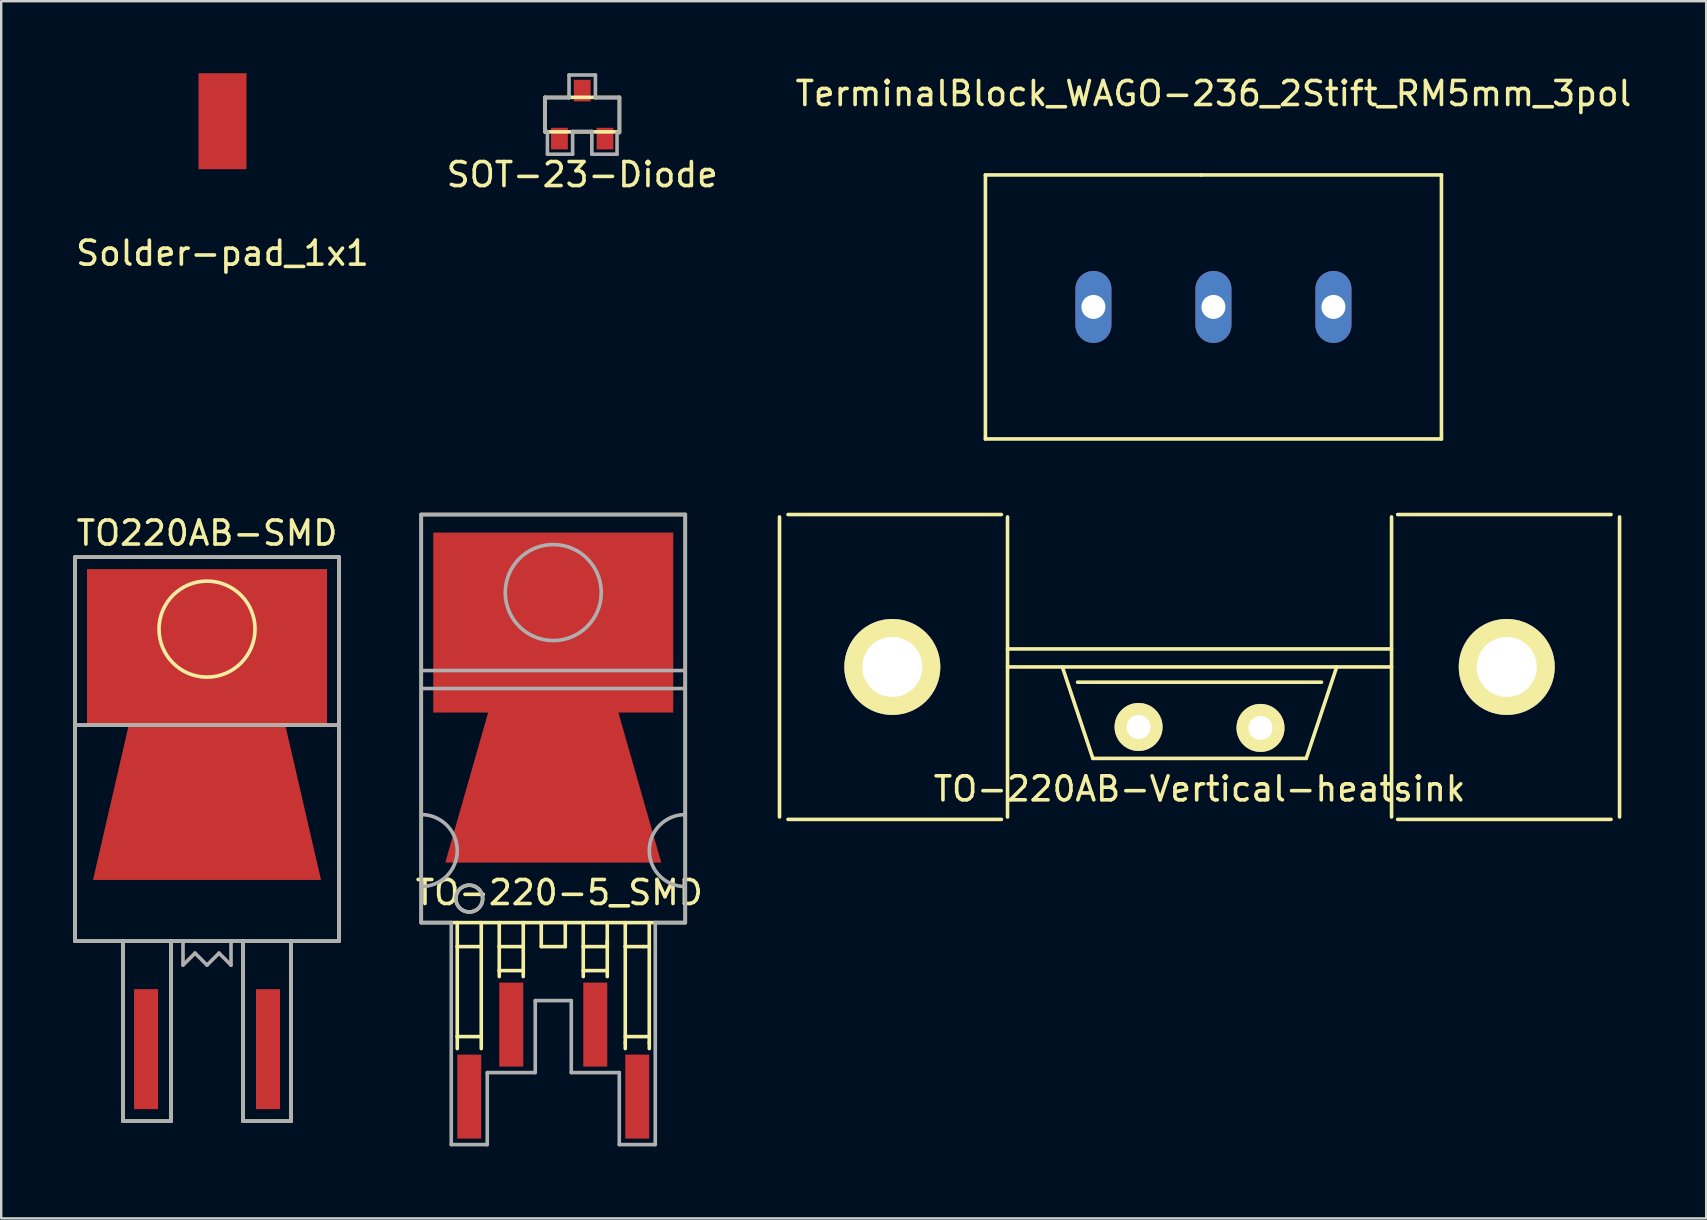
<source format=kicad_pcb>
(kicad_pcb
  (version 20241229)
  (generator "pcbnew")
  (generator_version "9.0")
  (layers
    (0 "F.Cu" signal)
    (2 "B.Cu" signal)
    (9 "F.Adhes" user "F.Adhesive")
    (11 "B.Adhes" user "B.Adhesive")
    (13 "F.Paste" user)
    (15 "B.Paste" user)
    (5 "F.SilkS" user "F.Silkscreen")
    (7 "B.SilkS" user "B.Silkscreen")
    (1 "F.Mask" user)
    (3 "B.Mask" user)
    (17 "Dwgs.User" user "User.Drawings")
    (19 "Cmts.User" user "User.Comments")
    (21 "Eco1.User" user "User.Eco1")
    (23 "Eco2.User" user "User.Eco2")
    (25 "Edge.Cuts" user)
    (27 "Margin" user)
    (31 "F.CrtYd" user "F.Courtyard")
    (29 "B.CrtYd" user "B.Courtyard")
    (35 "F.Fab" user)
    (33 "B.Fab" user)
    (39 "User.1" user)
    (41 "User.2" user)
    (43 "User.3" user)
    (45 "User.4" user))
  (footprint "SOT-23-Diode"
    (placed yes)
    (layer "F.Cu")
    (at 21.208 1.725)
    (property "Reference" "SOT-23-Diode" (at 0 2.5 0) (layer "F.SilkS") (effects (font (size 1 1) (thickness 0.15))))
    (attr through_hole)
    (fp_line (start -1.55 -0.72) (end -1.55 0.72) (stroke (width 0.15) (type solid)) (layer "F.SilkS"))
    (fp_line (start -1.55 -0.72) (end 1.55 -0.72) (stroke (width 0.15) (type solid)) (layer "F.SilkS"))
    (fp_line (start -1.55 0.72) (end 1.55 0.72) (stroke (width 0.15) (type solid)) (layer "F.SilkS"))
    (fp_line (start 1.55 -0.72) (end 1.55 0.72) (stroke (width 0.15) (type solid)) (layer "F.SilkS"))
    (fp_line (start -1.55 -0.7) (end -0.55 -0.7) (stroke (width 0.15) (type solid)) (layer "F.Fab"))
    (fp_line (start -1.55 0.7) (end -1.55 -0.7) (stroke (width 0.15) (type solid)) (layer "F.Fab"))
    (fp_line (start -1.5 0.7) (end -1.55 0.7) (stroke (width 0.15) (type solid)) (layer "F.Fab"))
    (fp_line (start -1.45 0.7) (end -1.45 1.65) (stroke (width 0.15) (type solid)) (layer "F.Fab"))
    (fp_line (start -1.45 1.65) (end -0.4 1.65) (stroke (width 0.15) (type solid)) (layer "F.Fab"))
    (fp_line (start -0.55 -1.65) (end 0.55 -1.65) (stroke (width 0.15) (type solid)) (layer "F.Fab"))
    (fp_line (start -0.55 -0.7) (end -0.55 -1.65) (stroke (width 0.15) (type solid)) (layer "F.Fab"))
    (fp_line (start -0.4 0.7) (end -0.4 1.65) (stroke (width 0.15) (type solid)) (layer "F.Fab"))
    (fp_line (start 0.4 0.7) (end -0.4 0.7) (stroke (width 0.15) (type solid)) (layer "F.Fab"))
    (fp_line (start 0.4 1.65) (end 0.4 0.7) (stroke (width 0.15) (type solid)) (layer "F.Fab"))
    (fp_line (start 0.55 -1.65) (end 0.55 -0.7) (stroke (width 0.15) (type solid)) (layer "F.Fab"))
    (fp_line (start 0.55 -0.7) (end 1.55 -0.7) (stroke (width 0.15) (type solid)) (layer "F.Fab"))
    (fp_line (start 1.45 0.75) (end 1.45 1.65) (stroke (width 0.15) (type solid)) (layer "F.Fab"))
    (fp_line (start 1.45 1.65) (end 0.4 1.65) (stroke (width 0.15) (type solid)) (layer "F.Fab"))
    (fp_line (start 1.55 -0.7) (end 1.55 0.75) (stroke (width 0.15) (type solid)) (layer "F.Fab"))
    (fp_line (start 1.55 0.75) (end 1.45 0.75) (stroke (width 0.15) (type solid)) (layer "F.Fab"))
    (pad "1" smd rect (at -0.95 1) (size 0.7 0.9) (layers "F.Cu" "F.Mask" "F.Paste"))
    (pad "1" smd rect (at 0.95 1) (size 0.7 0.9) (layers "F.Cu" "F.Mask" "F.Paste"))
    (pad "2" smd rect (at 0 -1) (size 0.7 0.9) (layers "F.Cu" "F.Mask" "F.Paste")))
  (footprint "TO220AB-SMD"
    (layer "F.Cu")
    (at 5.575 36.161)
    (property "Reference" "TO220AB-SMD" (at 0 -17 180) (layer "F.SilkS") (effects (font (size 1 1) (thickness 0.15))))
    (attr through_hole)
    (fp_line (start -5.5 -16) (end 5.5 -16) (stroke (width 0.15) (type solid)) (layer "F.SilkS"))
    (fp_line (start -5.5 -9) (end 5.5 -9) (stroke (width 0.15) (type solid)) (layer "F.SilkS"))
    (fp_line (start -5.5 0) (end -5.5 -16) (stroke (width 0.15) (type solid)) (layer "F.SilkS"))
    (fp_line (start -3.5 0) (end -3.5 7.5) (stroke (width 0.15) (type solid)) (layer "F.SilkS"))
    (fp_line (start -3.5 7.5) (end -1.5 7.5) (stroke (width 0.15) (type solid)) (layer "F.SilkS"))
    (fp_line (start -1.5 7.5) (end -1.5 0) (stroke (width 0.15) (type solid)) (layer "F.SilkS"))
    (fp_line (start 1.5 0) (end 1.5 7.5) (stroke (width 0.15) (type solid)) (layer "F.SilkS"))
    (fp_line (start 1.5 7.5) (end 3.5 7.5) (stroke (width 0.15) (type solid)) (layer "F.SilkS"))
    (fp_line (start 3.5 7.5) (end 3.5 0) (stroke (width 0.15) (type solid)) (layer "F.SilkS"))
    (fp_line (start 5.5 -16) (end 5.5 0) (stroke (width 0.15) (type solid)) (layer "F.SilkS"))
    (fp_line (start 5.5 0) (end -5.5 0) (stroke (width 0.15) (type solid)) (layer "F.SilkS"))
    (fp_circle (center 0 -13) (end 2 -13) (stroke (width 0.15) (type solid)) (fill no) (layer "F.SilkS"))
    (fp_line (start -5.5 -16) (end 5.5 -16) (stroke (width 0.15) (type solid)) (layer "F.Fab"))
    (fp_line (start -5.5 0) (end -5.5 -16) (stroke (width 0.15) (type solid)) (layer "F.Fab"))
    (fp_line (start -3.5 0) (end -3.5 7.5) (stroke (width 0.15) (type solid)) (layer "F.Fab"))
    (fp_line (start -3.5 7.5) (end -1.5 7.5) (stroke (width 0.15) (type solid)) (layer "F.Fab"))
    (fp_line (start -1.5 7.5) (end -1.5 0) (stroke (width 0.15) (type solid)) (layer "F.Fab"))
    (fp_line (start -1 0) (end -1 1) (stroke (width 0.15) (type solid)) (layer "F.Fab"))
    (fp_line (start -1 1) (end -0.5 0.5) (stroke (width 0.15) (type solid)) (layer "F.Fab"))
    (fp_line (start -0.5 0.5) (end 0 1) (stroke (width 0.15) (type solid)) (layer "F.Fab"))
    (fp_line (start 0 1) (end 0.5 0.5) (stroke (width 0.15) (type solid)) (layer "F.Fab"))
    (fp_line (start 0.5 0.5) (end 1 1) (stroke (width 0.15) (type solid)) (layer "F.Fab"))
    (fp_line (start 1 1) (end 1 0) (stroke (width 0.15) (type solid)) (layer "F.Fab"))
    (fp_line (start 1.5 0) (end 1.5 7.5) (stroke (width 0.15) (type solid)) (layer "F.Fab"))
    (fp_line (start 1.5 7.5) (end 3.5 7.5) (stroke (width 0.15) (type solid)) (layer "F.Fab"))
    (fp_line (start 3.5 7.5) (end 3.5 0) (stroke (width 0.15) (type solid)) (layer "F.Fab"))
    (fp_line (start 5.5 -16) (end 5.5 0) (stroke (width 0.15) (type solid)) (layer "F.Fab"))
    (fp_line (start 5.5 -9) (end -5.5 -9) (stroke (width 0.15) (type solid)) (layer "F.Fab"))
    (fp_line (start 5.5 0) (end -5.5 0) (stroke (width 0.15) (type solid)) (layer "F.Fab"))
    (pad "1" smd rect (at 0 -12.25) (size 10 6.5) (layers "F.Cu" "F.Mask" "F.Paste"))
    (pad "1" smd trapezoid (at 0 -5.8) (size 8 6.5) (rect_delta 0 1.5) (layers "F.Cu" "F.Mask" "F.Paste"))
    (pad "2" smd rect (at -2.54 4.5) (size 1 5) (layers "F.Cu" "F.Mask" "F.Paste"))
    (pad "2" smd rect (at 2.54 4.5) (size 1 5) (layers "F.Cu" "F.Mask" "F.Paste")))
  (footprint "TO-220AB-Vertical-heatsink"
    (layer "F.Cu")
    (at 46.927 24.738)
    (property "Reference" "TO-220AB-Vertical-heatsink" (at 0 5.08 0) (layer "F.SilkS") (effects (font (size 1 1) (thickness 0.15))))
    (attr through_hole)
    (fp_line (start -17.5 -6.25) (end -17.5 6.25) (stroke (width 0.15) (type solid)) (layer "F.SilkS"))
    (fp_line (start -17.145 -6.35) (end -8.255 -6.35) (stroke (width 0.15) (type solid)) (layer "F.SilkS"))
    (fp_line (start -8.255 6.35) (end -17.145 6.35) (stroke (width 0.15) (type solid)) (layer "F.SilkS"))
    (fp_line (start -8 -6.25) (end -8 6.25) (stroke (width 0.15) (type solid)) (layer "F.SilkS"))
    (fp_line (start -8 -0.75) (end 8 -0.75) (stroke (width 0.15) (type solid)) (layer "F.SilkS"))
    (fp_line (start -8 0) (end 8 0) (stroke (width 0.15) (type solid)) (layer "F.SilkS"))
    (fp_line (start -5.715 0) (end -4.445 3.81) (stroke (width 0.15) (type solid)) (layer "F.SilkS"))
    (fp_line (start -5.08 0.635) (end 5.08 0.635) (stroke (width 0.15) (type solid)) (layer "F.SilkS"))
    (fp_line (start -4.445 3.81) (end 4.445 3.81) (stroke (width 0.15) (type solid)) (layer "F.SilkS"))
    (fp_line (start 4.445 3.81) (end 5.715 0) (stroke (width 0.15) (type solid)) (layer "F.SilkS"))
    (fp_line (start 8 -6.25) (end 8 6.25) (stroke (width 0.15) (type solid)) (layer "F.SilkS"))
    (fp_line (start 8.255 -6.35) (end 17.145 -6.35) (stroke (width 0.15) (type solid)) (layer "F.SilkS"))
    (fp_line (start 17.145 6.35) (end 8.255 6.35) (stroke (width 0.15) (type solid)) (layer "F.SilkS"))
    (fp_line (start 17.5 -6.25) (end 17.5 6.25) (stroke (width 0.15) (type solid)) (layer "F.SilkS"))
    (pad "1" thru_hole circle (at -2.54 2.5) (size 2 2) (drill 1) (layers "*.Cu" "*.Mask" "F.SilkS"))
    (pad "2" thru_hole circle (at -12.8 0 90) (size 4 4) (drill 2.5) (layers "*.Cu" "*.Mask" "F.SilkS"))
    (pad "2" thru_hole circle (at 12.8 0 90) (size 4 4) (drill 2.5) (layers "*.Cu" "*.Mask" "F.SilkS"))
    (pad "3" thru_hole circle (at 2.54 2.54) (size 2 2) (drill 1) (layers "*.Cu" "*.Mask" "F.SilkS")))
  (footprint "TO-220-5_SMD"
    (layer "F.Cu")
    (at 20.001 32.888)
    (property "Reference" "TO-220-5_SMD" (at 0.25 1.25 0) (layer "F.SilkS") (effects (font (size 1 1) (thickness 0.15))))
    (attr through_hole)
    (fp_line (start -5.5 -14.5) (end -5.5 2.5) (stroke (width 0.15) (type solid)) (layer "F.SilkS"))
    (fp_line (start -5.5 2.5) (end 5.5 2.5) (stroke (width 0.15) (type solid)) (layer "F.SilkS"))
    (fp_line (start -4 2.5) (end -4 3.5) (stroke (width 0.15) (type solid)) (layer "F.SilkS"))
    (fp_line (start -4 3.5) (end -4 7.25) (stroke (width 0.15) (type solid)) (layer "F.SilkS"))
    (fp_line (start -4 3.5) (end -3 3.5) (stroke (width 0.15) (type solid)) (layer "F.SilkS"))
    (fp_line (start -4 7.25) (end -4 7.75) (stroke (width 0.15) (type solid)) (layer "F.SilkS"))
    (fp_line (start -4 7.25) (end -3 7.25) (stroke (width 0.15) (type solid)) (layer "F.SilkS"))
    (fp_line (start -3 3.5) (end -3 2.5) (stroke (width 0.15) (type solid)) (layer "F.SilkS"))
    (fp_line (start -3 7.25) (end -3 3.5) (stroke (width 0.15) (type solid)) (layer "F.SilkS"))
    (fp_line (start -3 7.25) (end -3 7.75) (stroke (width 0.15) (type solid)) (layer "F.SilkS"))
    (fp_line (start -2.25 2.5) (end -2.25 3.5) (stroke (width 0.15) (type solid)) (layer "F.SilkS"))
    (fp_line (start -2.25 3.5) (end -2.25 4.5) (stroke (width 0.15) (type solid)) (layer "F.SilkS"))
    (fp_line (start -2.25 3.5) (end -1.25 3.5) (stroke (width 0.15) (type solid)) (layer "F.SilkS"))
    (fp_line (start -2.25 4.5) (end -2.25 4.75) (stroke (width 0.15) (type solid)) (layer "F.SilkS"))
    (fp_line (start -1.25 3.5) (end -1.25 2.5) (stroke (width 0.15) (type solid)) (layer "F.SilkS"))
    (fp_line (start -1.25 4.5) (end -2.25 4.5) (stroke (width 0.15) (type solid)) (layer "F.SilkS"))
    (fp_line (start -1.25 4.5) (end -1.25 3.5) (stroke (width 0.15) (type solid)) (layer "F.SilkS"))
    (fp_line (start -1.25 4.5) (end -1.25 4.75) (stroke (width 0.15) (type solid)) (layer "F.SilkS"))
    (fp_line (start -0.5 2.5) (end -0.5 3.5) (stroke (width 0.15) (type solid)) (layer "F.SilkS"))
    (fp_line (start -0.5 3.5) (end 0.5 3.5) (stroke (width 0.15) (type solid)) (layer "F.SilkS"))
    (fp_line (start 0.5 3.5) (end 0.5 2.5) (stroke (width 0.15) (type solid)) (layer "F.SilkS"))
    (fp_line (start 1.25 2.5) (end 1.25 3.5) (stroke (width 0.15) (type solid)) (layer "F.SilkS"))
    (fp_line (start 1.25 3.5) (end 1.25 4.5) (stroke (width 0.15) (type solid)) (layer "F.SilkS"))
    (fp_line (start 1.25 3.5) (end 2.25 3.5) (stroke (width 0.15) (type solid)) (layer "F.SilkS"))
    (fp_line (start 1.25 4.5) (end 1.25 4.75) (stroke (width 0.15) (type solid)) (layer "F.SilkS"))
    (fp_line (start 1.25 4.5) (end 2.25 4.5) (stroke (width 0.15) (type solid)) (layer "F.SilkS"))
    (fp_line (start 2.25 3.5) (end 2.25 2.5) (stroke (width 0.15) (type solid)) (layer "F.SilkS"))
    (fp_line (start 2.25 4.5) (end 2.25 3.25) (stroke (width 0.15) (type solid)) (layer "F.SilkS"))
    (fp_line (start 2.25 4.5) (end 2.25 4.75) (stroke (width 0.15) (type solid)) (layer "F.SilkS"))
    (fp_line (start 3 2.5) (end 3 3.5) (stroke (width 0.15) (type solid)) (layer "F.SilkS"))
    (fp_line (start 3 3.5) (end 3 7.5) (stroke (width 0.15) (type solid)) (layer "F.SilkS"))
    (fp_line (start 3 3.5) (end 3.75 3.5) (stroke (width 0.15) (type solid)) (layer "F.SilkS"))
    (fp_line (start 3 7.5) (end 3 7.75) (stroke (width 0.15) (type solid)) (layer "F.SilkS"))
    (fp_line (start 3.75 3.5) (end 4 3.5) (stroke (width 0.15) (type solid)) (layer "F.SilkS"))
    (fp_line (start 4 3.5) (end 4 2.5) (stroke (width 0.15) (type solid)) (layer "F.SilkS"))
    (fp_line (start 4 7.25) (end 3 7.25) (stroke (width 0.15) (type solid)) (layer "F.SilkS"))
    (fp_line (start 4 7.5) (end 4 3.5) (stroke (width 0.15) (type solid)) (layer "F.SilkS"))
    (fp_line (start 4 7.5) (end 4 7.75) (stroke (width 0.15) (type solid)) (layer "F.SilkS"))
    (fp_line (start 5.5 -14.5) (end -5.5 -14.5) (stroke (width 0.15) (type solid)) (layer "F.SilkS"))
    (fp_line (start 5.5 2.5) (end 5.5 -14.5) (stroke (width 0.15) (type solid)) (layer "F.SilkS"))
    (fp_circle (center -3.5 1.5) (end -3.25 2) (stroke (width 0.15) (type solid)) (fill no) (layer "F.SilkS"))
    (fp_line (start -5.5 -14.5) (end -5.5 2.5) (stroke (width 0.15) (type solid)) (layer "F.Fab"))
    (fp_line (start -5.5 -8) (end 5.5 -8) (stroke (width 0.15) (type solid)) (layer "F.Fab"))
    (fp_line (start -5.5 2.5) (end -4.25 2.5) (stroke (width 0.15) (type solid)) (layer "F.Fab"))
    (fp_line (start -4.25 2.5) (end -4.25 11.75) (stroke (width 0.15) (type solid)) (layer "F.Fab"))
    (fp_line (start -4.25 11.75) (end -2.75 11.75) (stroke (width 0.15) (type solid)) (layer "F.Fab"))
    (fp_line (start -2.75 8.75) (end -0.75 8.75) (stroke (width 0.15) (type solid)) (layer "F.Fab"))
    (fp_line (start -2.75 11.75) (end -2.75 8.75) (stroke (width 0.15) (type solid)) (layer "F.Fab"))
    (fp_line (start -0.75 5.75) (end -0.75 8.75) (stroke (width 0.15) (type solid)) (layer "F.Fab"))
    (fp_line (start -0.75 5.75) (end 0.75 5.75) (stroke (width 0.15) (type solid)) (layer "F.Fab"))
    (fp_line (start 0.75 8.75) (end 0.75 5.75) (stroke (width 0.15) (type solid)) (layer "F.Fab"))
    (fp_line (start 0.75 8.75) (end 2.75 8.75) (stroke (width 0.15) (type solid)) (layer "F.Fab"))
    (fp_line (start 2.75 8.75) (end 2.75 11.75) (stroke (width 0.15) (type solid)) (layer "F.Fab"))
    (fp_line (start 2.75 11.75) (end 4.25 11.75) (stroke (width 0.15) (type solid)) (layer "F.Fab"))
    (fp_line (start 4.25 2.5) (end 5.5 2.5) (stroke (width 0.15) (type solid)) (layer "F.Fab"))
    (fp_line (start 4.25 11.75) (end 4.25 2.5) (stroke (width 0.15) (type solid)) (layer "F.Fab"))
    (fp_line (start 5.5 -14.5) (end -5.5 -14.5) (stroke (width 0.15) (type solid)) (layer "F.Fab"))
    (fp_line (start 5.5 -7.25) (end -5.5 -7.25) (stroke (width 0.15) (type solid)) (layer "F.Fab"))
    (fp_line (start 5.5 2.5) (end 5.5 -14.5) (stroke (width 0.15) (type solid)) (layer "F.Fab"))
    (fp_arc (start -5.5 -2) (mid -4 -0.5) (end -5.5 1) (stroke (width 0.15) (type solid)) (layer "F.Fab"))
    (fp_arc (start 5.5 1) (mid 4 -0.5) (end 5.5 -2) (stroke (width 0.15) (type solid)) (layer "F.Fab"))
    (fp_circle (center -3.5 1.5) (end -3.25 2) (stroke (width 0.15) (type solid)) (fill no) (layer "F.Fab"))
    (fp_circle (center 0 -11.25) (end 2 -11.25) (stroke (width 0.15) (type solid)) (fill no) (layer "F.Fab"))
    (pad "1" smd rect (at -3.5 9.75) (size 1 3.5) (layers "F.Cu" "F.Mask" "F.Paste"))
    (pad "2" smd rect (at -1.75 6.75) (size 1 3.5) (layers "F.Cu" "F.Mask" "F.Paste"))
    (pad "3" smd trapezoid (at 0 -10) (size 10 7.5) (layers "F.Cu" "F.Mask" "F.Paste"))
    (pad "3" smd trapezoid (at 0 -3.5) (size 7 7) (rect_delta 0 2) (layers "F.Cu" "F.Mask" "F.Paste"))
    (pad "4" smd rect (at 1.75 6.75) (size 1 3.5) (layers "F.Cu" "F.Mask" "F.Paste"))
    (pad "5" smd rect (at 3.5 9.75) (size 1 3.5) (layers "F.Cu" "F.Mask" "F.Paste")))
  (footprint "TerminalBlock_WAGO-236_2Stift_RM5mm_3pol"
    (layer "F.Cu")
    (at 47.506 9.738)
    (property "Reference" "TerminalBlock_WAGO-236_2Stift_RM5mm_3pol" (at 0 -8.89 0) (layer "F.SilkS") (effects (font (size 1 1) (thickness 0.15))))
    (attr through_hole)
    (fp_line (start -9.5 -5.5) (end -9.5 5.5) (stroke (width 0.15) (type solid)) (layer "F.SilkS"))
    (fp_line (start -9.5 5.5) (end 9.5 5.5) (stroke (width 0.15) (type solid)) (layer "F.SilkS"))
    (fp_line (start -0.5 -5.5) (end -9.5 -5.5) (stroke (width 0.15) (type solid)) (layer "F.SilkS"))
    (fp_line (start 9.5 -5.5) (end -0.5 -5.5) (stroke (width 0.15) (type solid)) (layer "F.SilkS"))
    (fp_line (start 9.5 5.5) (end 9.5 -5.5) (stroke (width 0.15) (type solid)) (layer "F.SilkS"))
    (pad "1" thru_hole oval (at -5 0 90) (size 3 1.501) (drill 1.001) (layers "*.Cu" "*.Mask"))
    (pad "2" thru_hole oval (at 0 0 90) (size 3 1.501) (drill 1.001) (layers "*.Cu" "*.Mask"))
    (pad "3" thru_hole oval (at 5 0 90) (size 3 1.501) (drill 1.001) (layers "*.Cu" "*.Mask")))
  (footprint "Solder-pad_1x1"
    (layer "F.Cu")
    (at 6.22 2)
    (property "Reference" "Solder-pad_1x1" (at 0 5.5 0) (layer "F.SilkS") (effects (font (size 1 1) (thickness 0.15))))
    (attr through_hole)
    (pad "1" smd rect (at 0 0) (size 2 4) (layers "F.Cu" "F.Mask" "F.Paste")))
  (gr_rect
    (start -3 -3)
    (end 68.036 47.713)
    (stroke (width 0.1) (type default))
    (fill no)
    (layer "Edge.Cuts")))
</source>
